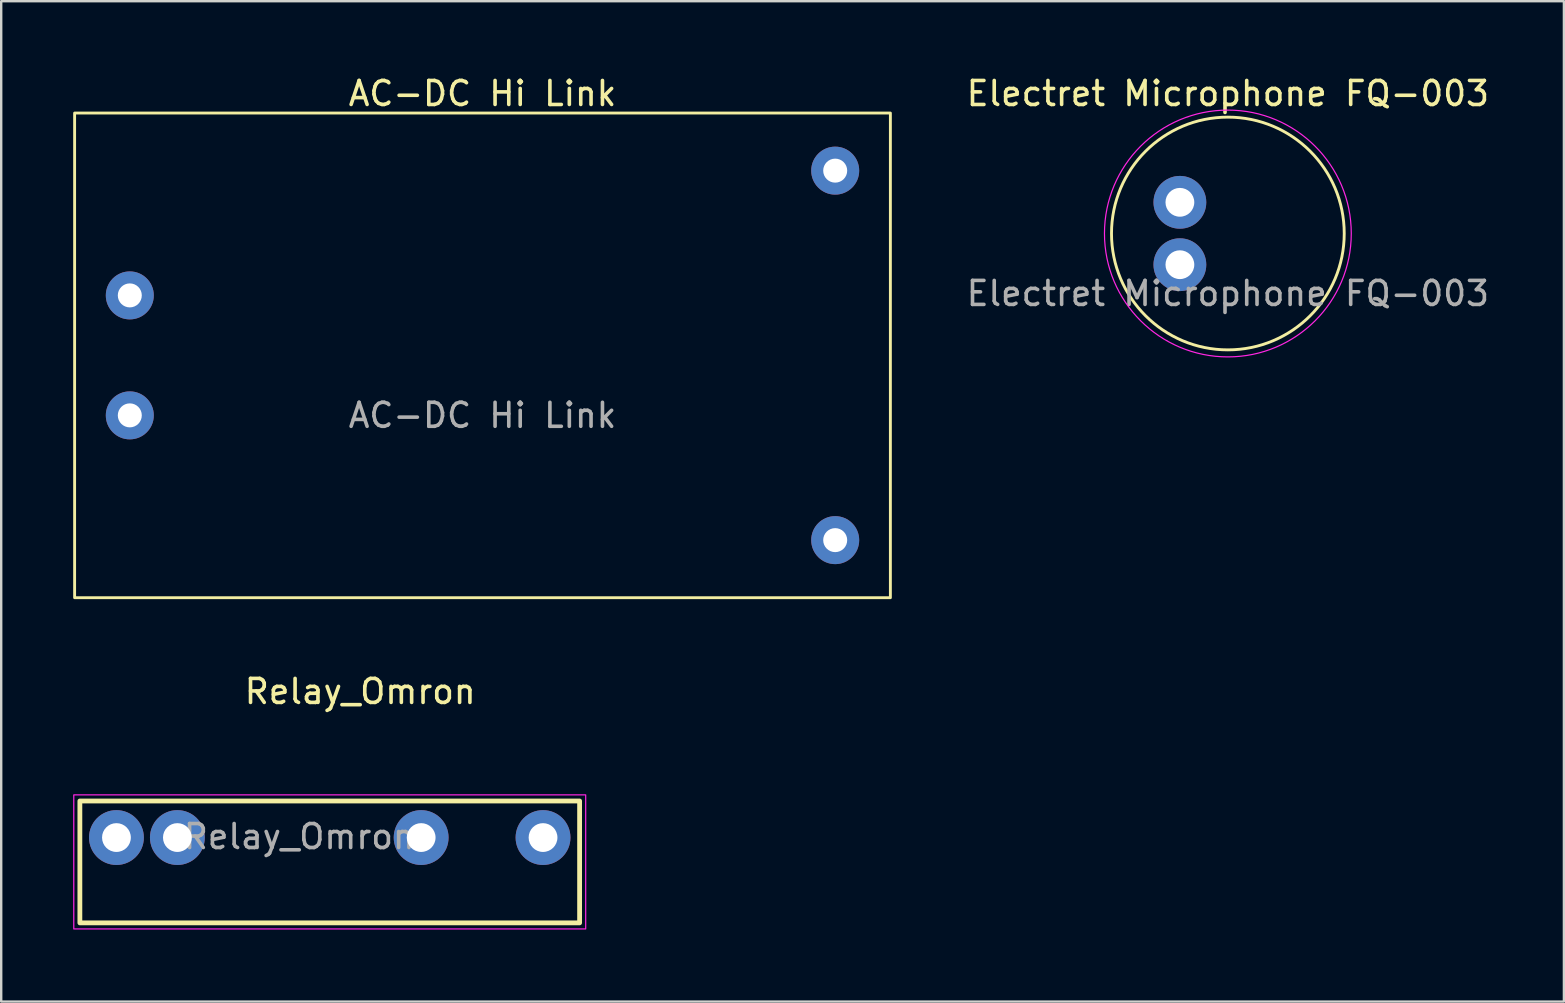
<source format=kicad_pcb>
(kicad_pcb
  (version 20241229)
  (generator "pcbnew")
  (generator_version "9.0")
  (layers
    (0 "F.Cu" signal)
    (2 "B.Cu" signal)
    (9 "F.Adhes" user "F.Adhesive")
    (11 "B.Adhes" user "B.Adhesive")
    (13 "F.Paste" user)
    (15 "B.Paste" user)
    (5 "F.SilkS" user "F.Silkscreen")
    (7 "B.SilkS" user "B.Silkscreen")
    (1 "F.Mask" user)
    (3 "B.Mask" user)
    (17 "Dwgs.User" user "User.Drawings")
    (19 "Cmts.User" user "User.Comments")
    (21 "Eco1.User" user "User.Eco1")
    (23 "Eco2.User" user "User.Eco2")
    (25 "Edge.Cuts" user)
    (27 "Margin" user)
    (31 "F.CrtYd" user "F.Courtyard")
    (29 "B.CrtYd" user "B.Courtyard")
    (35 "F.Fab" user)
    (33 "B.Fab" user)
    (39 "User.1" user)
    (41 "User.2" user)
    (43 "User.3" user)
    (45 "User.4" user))
  (footprint "AC-DC Hi Link"
    (layer "F.Cu")
    (at 17.06 11.762)
    (property "Reference" "AC-DC Hi Link" (at 0 -10.914 0) (unlocked yes) (layer "F.SilkS") (effects (font (size 1 1) (thickness 0.15))))
    (attr through_hole)
    (fp_rect (start -17 -10.1) (end 17 10.1) (stroke (width 0.12) (type solid)) (fill no) (layer "F.SilkS"))
    (fp_text user "${REFERENCE}" (at 0 2.5 0) (unlocked yes) (layer "F.Fab") (effects (font (size 1 1) (thickness 0.15))))
    (pad "1" thru_hole circle (at -14.7 -2.5) (size 2 2) (drill 1) (layers "*.Cu" "*.Mask"))
    (pad "2" thru_hole circle (at -14.7 2.5) (size 2 2) (drill 1) (layers "*.Cu" "*.Mask"))
    (pad "3" thru_hole circle (at 14.7 -7.7) (size 2 2) (drill 1) (layers "*.Cu" "*.Mask"))
    (pad "4" thru_hole circle (at 14.7 7.7) (size 2 2) (drill 1) (layers "*.Cu" "*.Mask")))
  (footprint "Electret Microphone FQ-003"
    (layer "F.Cu")
    (at 48.126 6.682)
    (property "Reference" "Electret Microphone FQ-003" (at 0 -5.834 0) (unlocked yes) (layer "F.SilkS") (effects (font (size 1 1) (thickness 0.15))))
    (attr through_hole)
    (fp_circle (center 0 0) (end 4.85 0) (stroke (width 0.12) (type solid)) (fill no) (layer "F.SilkS"))
    (fp_circle (center 0 0) (end 4.826 -1.778) (stroke (width 0.05) (type solid)) (fill no) (layer "F.CrtYd"))
    (fp_text user "${REFERENCE}" (at 0 2.5 0) (unlocked yes) (layer "F.Fab") (effects (font (size 1 1) (thickness 0.15))))
    (pad "1" thru_hole circle (at -2 1.3) (size 2.2 2.2) (drill 1.2) (layers "*.Cu" "*.Mask"))
    (pad "2" thru_hole circle (at -2 -1.3) (size 2.2 2.2) (drill 1.2) (layers "*.Cu" "*.Mask")))
  (footprint "Relay_Omron"
    (layer "F.Cu")
    (at 1.803 31.858)
    (property "Reference" "Relay_Omron" (at 10.16 -6.088 0) (unlocked yes) (layer "F.SilkS") (effects (font (size 1 1) (thickness 0.15))))
    (attr smd)
    (fp_rect (start -1.524 3.556) (end 19.304 -1.524) (stroke (width 0.2) (type solid)) (fill no) (layer "F.SilkS"))
    (fp_rect (start -1.778 3.81) (end 19.558 -1.778) (stroke (width 0.05) (type solid)) (fill no) (layer "F.CrtYd"))
    (fp_text user "${REFERENCE}" (at 7.62 -0.04 0) (unlocked yes) (layer "F.Fab") (effects (font (size 1 1) (thickness 0.15))))
    (pad "1" thru_hole circle (at 0 0) (size 2.286 2.286) (drill 1.2) (layers "*.Cu" "*.Mask"))
    (pad "2" thru_hole circle (at 2.54 0) (size 2.286 2.286) (drill 1.2) (layers "*.Cu" "*.Mask"))
    (pad "3" thru_hole circle (at 12.7 0) (size 2.286 2.286) (drill 1.2) (layers "*.Cu" "*.Mask"))
    (pad "4" thru_hole circle (at 17.78 0) (size 2.286 2.286) (drill 1.2) (layers "*.Cu" "*.Mask")))
  (gr_rect
    (start -3 -3)
    (end 62.132 38.694)
    (stroke (width 0.1) (type default))
    (fill no)
    (layer "Edge.Cuts")))
</source>
